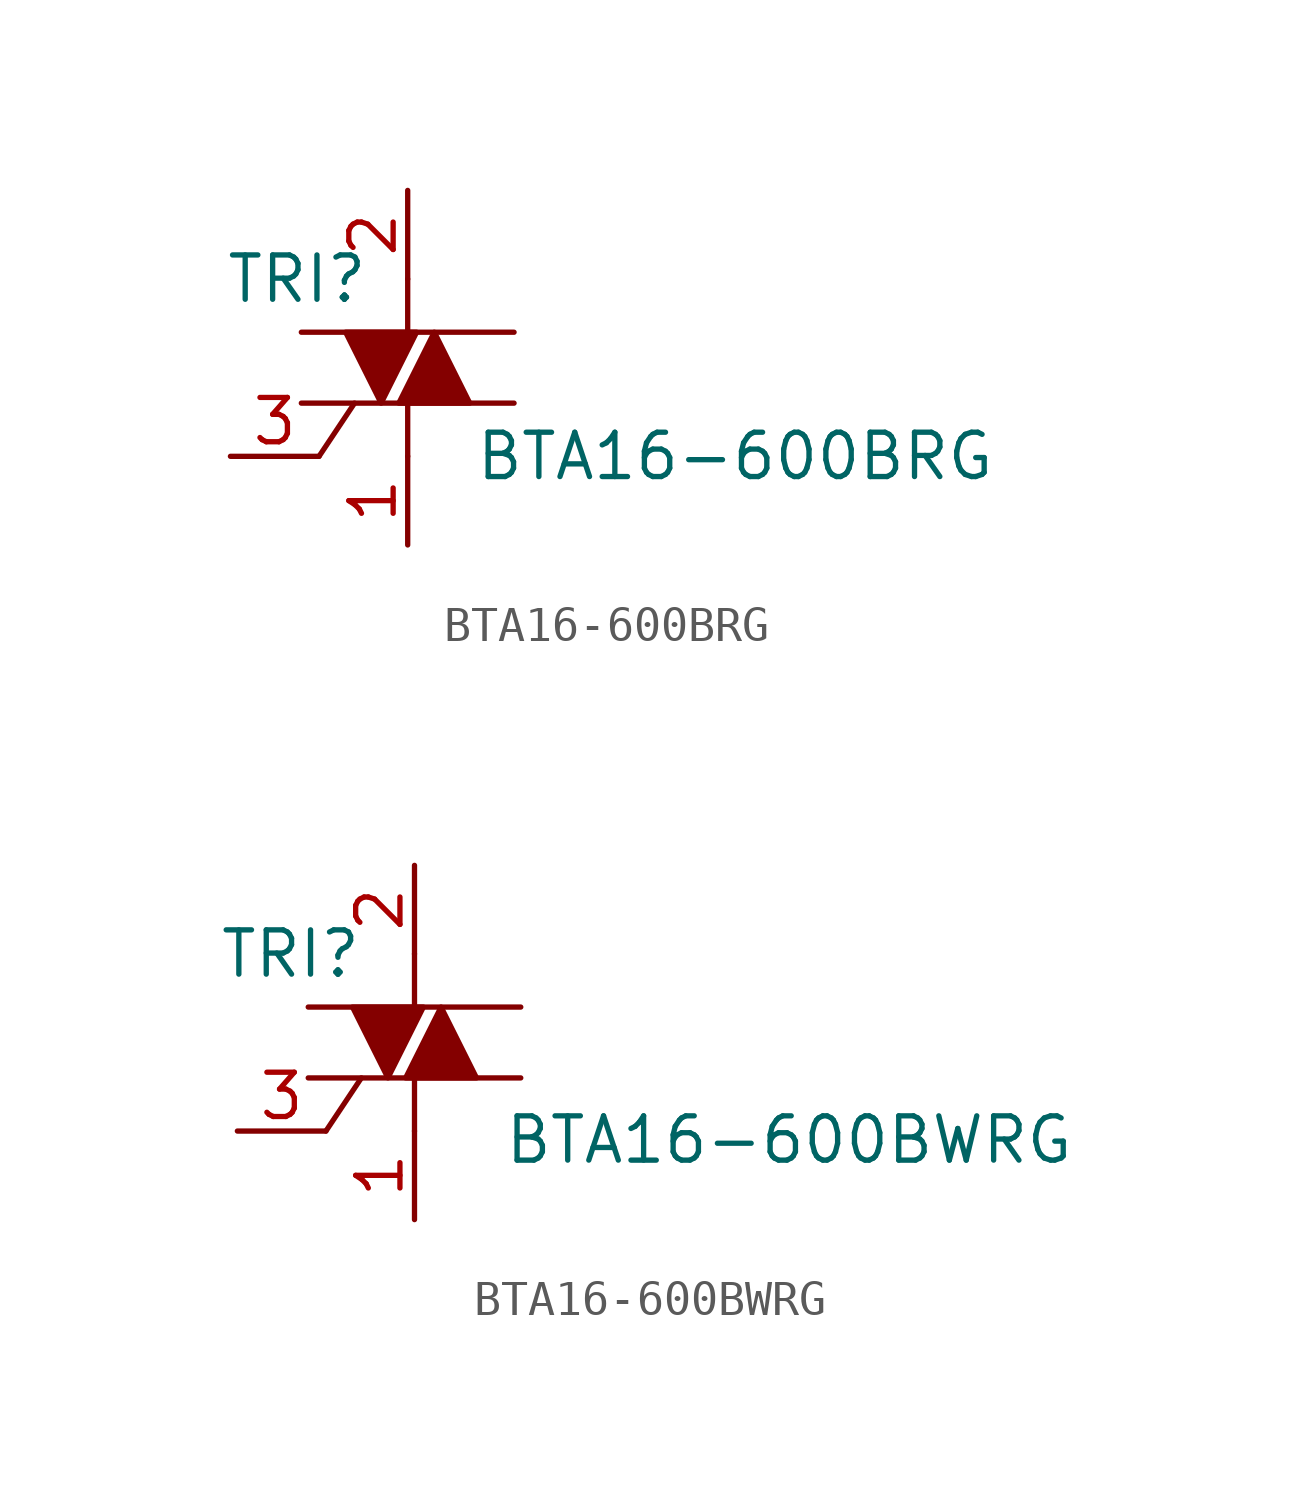
<source format=kicad_sym>
(kicad_symbol_lib
  (version 20231120)
  (generator "kicad_symbol_editor")
  (generator_version "8.0")
  (symbol "BTA16-600BRG"
    (pin_names
      (offset 0) hide)
    (property "Reference" "TRI"
      (at -3.175 2.54 0)
      (effects (font (size 1.27 1.27))))
    (property "Value" "BTA16-600BRG"
      (at 1.905 -2.54 0)
      (effects (font (size 1.27 1.27)) (justify left)))
    (symbol "BTA16-600BRG_0_1"
      (polyline (pts (xy -3.048 1.016) (xy 3.048 1.016)) (stroke (width 0) (type solid)) (fill (type none)))
      (polyline (pts (xy -2.54 -2.54) (xy -1.524 -1.016)) (stroke (width 0) (type solid)) (fill (type none)))
      (polyline (pts (xy 0 -2.54) (xy 0 -1.016)) (stroke (width 0) (type solid)) (fill (type none)))
      (polyline (pts (xy 0 2.54) (xy 0 1.016)) (stroke (width 0) (type solid)) (fill (type none)))
      (polyline (pts (xy 3.048 -1.016) (xy -3.048 -1.016)) (stroke (width 0) (type solid)) (fill (type none)))
      (polyline (pts (xy -0.762 -1.016) (xy -1.778 1.016) (xy 0.254 1.016) (xy -0.762 -1.016)) (stroke (width 0) (type solid)) (fill (type outline)))
      (polyline (pts (xy 0.762 1.016) (xy -0.254 -1.016) (xy 1.778 -1.016) (xy 0.762 1.016)) (stroke (width 0) (type solid)) (fill (type outline))))
    (symbol "BTA16-600BRG_1_1"
      (pin passive line (at 0 -5.08 90) (length 2.54) (name "A1" (effects (font (size 1.27 1.27)))) (number "1" (effects (font (size 1.27 1.27)))))
      (pin passive line (at 0 5.08 270) (length 2.54) (name "A2" (effects (font (size 1.27 1.27)))) (number "2" (effects (font (size 1.27 1.27)))))
      (pin input line (at -5.08 -2.54 0) (length 2.54) (name "G" (effects (font (size 1.27 1.27)))) (number "3" (effects (font (size 1.27 1.27)))))))
  (symbol "BTA16-600BWRG"
    (pin_names
      (offset 0) hide)
    (property "Reference" "TRI"
      (at -3.556 2.54 0)
      (effects (font (size 1.27 1.27))))
    (property "Value" "BTA16-600BWRG"
      (at 2.54 -2.794 0)
      (effects (font (size 1.27 1.27)) (justify left)))
    (symbol "BTA16-600BWRG_0_1"
      (polyline (pts (xy -3.048 1.016) (xy 3.048 1.016)) (stroke (width 0) (type solid)) (fill (type none)))
      (polyline (pts (xy -2.54 -2.54) (xy -1.524 -1.016)) (stroke (width 0) (type solid)) (fill (type none)))
      (polyline (pts (xy 0 -2.54) (xy 0 -1.016)) (stroke (width 0) (type solid)) (fill (type none)))
      (polyline (pts (xy 0 2.54) (xy 0 1.016)) (stroke (width 0) (type solid)) (fill (type none)))
      (polyline (pts (xy 3.048 -1.016) (xy -3.048 -1.016)) (stroke (width 0) (type solid)) (fill (type none)))
      (polyline (pts (xy -0.762 -1.016) (xy -1.778 1.016) (xy 0.254 1.016) (xy -0.762 -1.016)) (stroke (width 0) (type solid)) (fill (type outline)))
      (polyline (pts (xy 0.762 1.016) (xy -0.254 -1.016) (xy 1.778 -1.016) (xy 0.762 1.016)) (stroke (width 0) (type solid)) (fill (type outline))))
    (symbol "BTA16-600BWRG_1_1"
      (pin passive line (at 0 -5.08 90) (length 2.54) (name "A1" (effects (font (size 1.27 1.27)))) (number "1" (effects (font (size 1.27 1.27)))))
      (pin passive line (at 0 5.08 270) (length 2.54) (name "A2" (effects (font (size 1.27 1.27)))) (number "2" (effects (font (size 1.27 1.27)))))
      (pin input line (at -5.08 -2.54 0) (length 2.54) (name "G" (effects (font (size 1.27 1.27)))) (number "3" (effects (font (size 1.27 1.27))))))))
</source>
